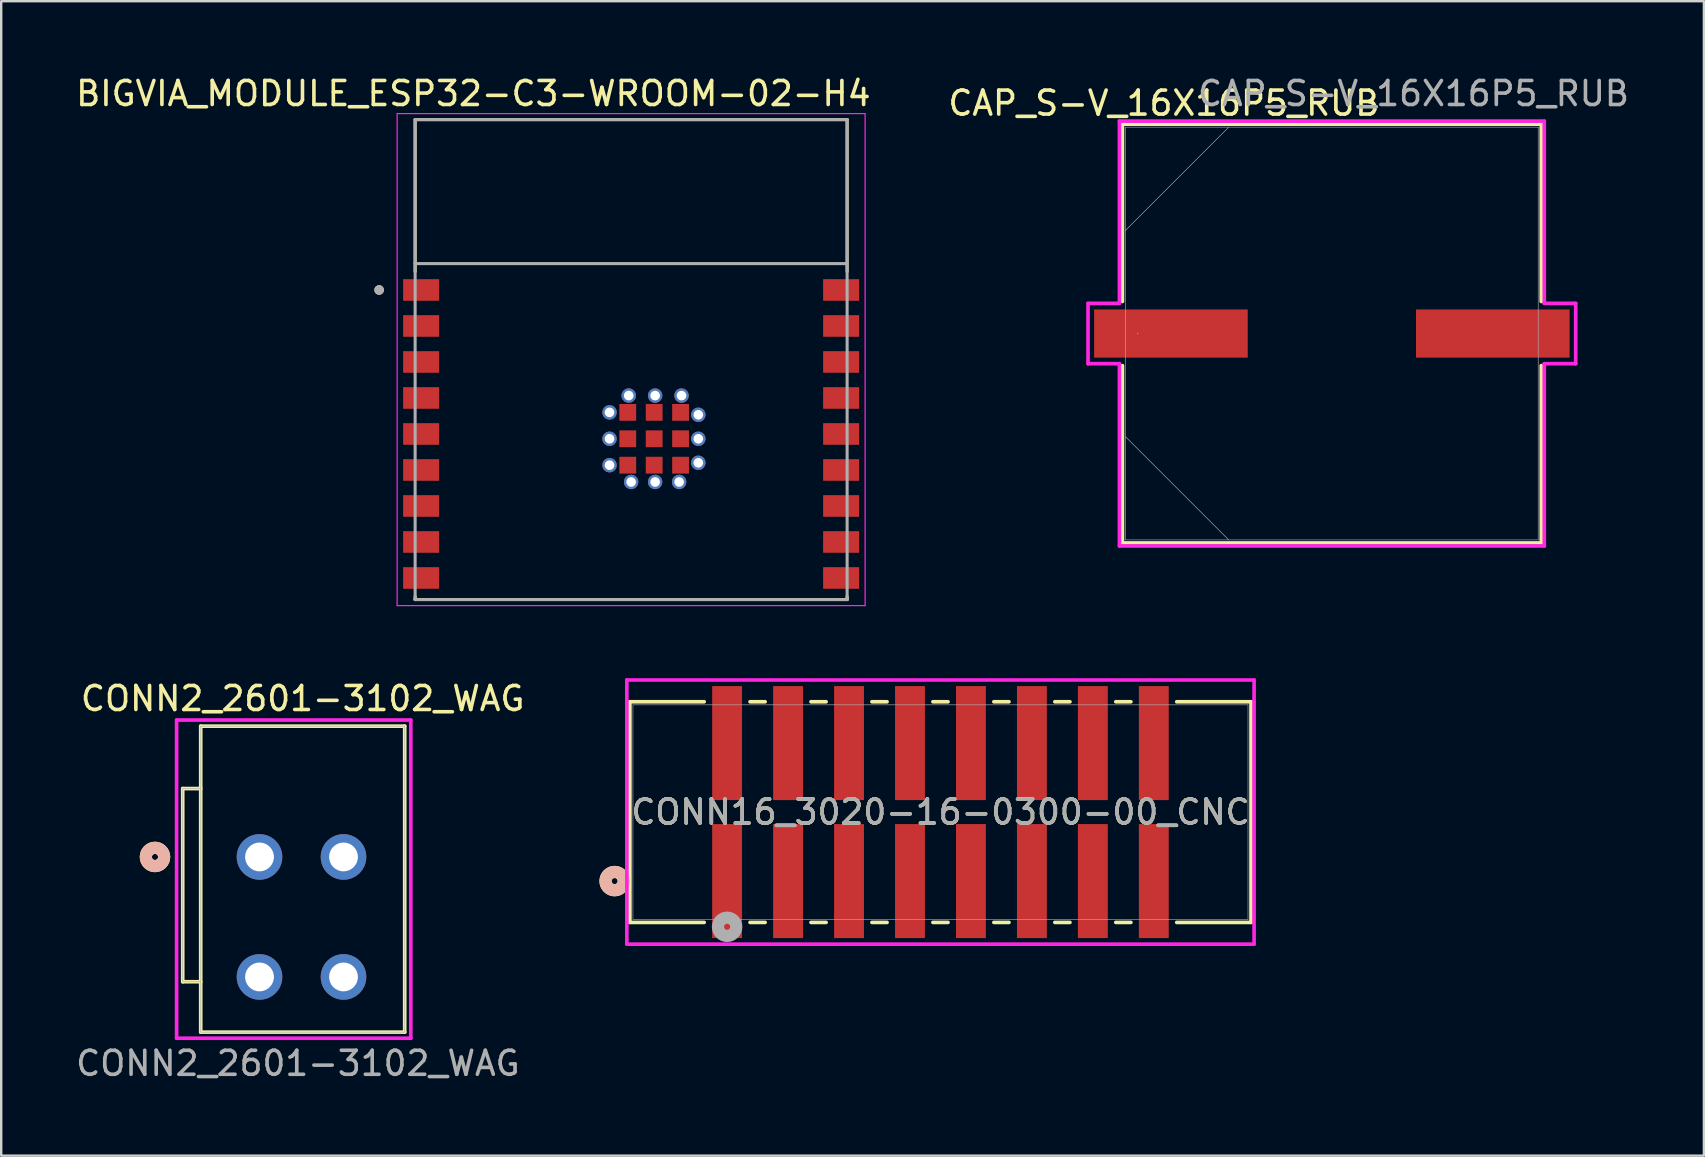
<source format=kicad_pcb>
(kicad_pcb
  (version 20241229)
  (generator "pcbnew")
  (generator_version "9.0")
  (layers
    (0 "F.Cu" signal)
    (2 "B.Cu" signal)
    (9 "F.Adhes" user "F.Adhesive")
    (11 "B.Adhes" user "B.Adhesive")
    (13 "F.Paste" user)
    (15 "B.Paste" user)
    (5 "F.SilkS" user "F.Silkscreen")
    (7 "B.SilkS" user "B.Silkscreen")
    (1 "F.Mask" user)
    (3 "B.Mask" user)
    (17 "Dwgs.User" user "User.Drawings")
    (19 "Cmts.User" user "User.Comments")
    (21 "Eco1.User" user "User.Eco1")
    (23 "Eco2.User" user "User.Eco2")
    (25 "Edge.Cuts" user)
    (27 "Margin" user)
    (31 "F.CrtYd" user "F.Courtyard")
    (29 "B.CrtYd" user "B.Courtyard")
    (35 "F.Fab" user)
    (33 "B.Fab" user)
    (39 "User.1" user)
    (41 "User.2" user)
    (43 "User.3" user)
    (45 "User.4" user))
  (footprint "CONN2_2601-3102_WAG"
    (layer "F.Cu")
    (at 7.763 32.657)
    (property "Reference" "CONN2_2601-3102_WAG" (at 1.8 -6.6 0) (unlocked yes) (layer "F.SilkS") (effects (font (size 1 1) (thickness 0.15))))
    (attr through_hole)
    (fp_line (start -3.2 5.2) (end -3.2 -2.85) (stroke (width 0.152) (type solid)) (layer "F.SilkS"))
    (fp_line (start -2.45 -5.45) (end 6.05 -5.45) (stroke (width 0.152) (type solid)) (layer "F.SilkS"))
    (fp_line (start -2.45 7.3) (end -2.45 -5.45) (stroke (width 0.152) (type solid)) (layer "F.SilkS"))
    (fp_line (start -2.45 7.3) (end 6.05 7.3) (stroke (width 0.152) (type solid)) (layer "F.SilkS"))
    (fp_line (start -2.45 -2.85) (end -3.2 -2.85) (stroke (width 0.152) (type solid)) (layer "F.SilkS"))
    (fp_line (start -2.45 5.2) (end -3.2 5.2) (stroke (width 0.152) (type solid)) (layer "F.SilkS"))
    (fp_line (start 6.05 -5.45) (end 6.05 7.3) (stroke (width 0.152) (type solid)) (layer "F.SilkS"))
    (fp_circle (center -4.355 0) (end -3.974 0) (stroke (width 0.508) (type solid)) (fill no) (layer "F.SilkS"))
    (fp_circle (center -4.355 0) (end -3.974 0) (stroke (width 0.508) (type solid)) (fill no) (layer "B.SilkS"))
    (fp_line (start -3.454 -5.704) (end -3.454 7.554) (stroke (width 0.152) (type solid)) (layer "F.CrtYd"))
    (fp_line (start -3.454 7.554) (end 6.304 7.554) (stroke (width 0.152) (type solid)) (layer "F.CrtYd"))
    (fp_line (start 6.304 -5.704) (end -3.454 -5.704) (stroke (width 0.152) (type solid)) (layer "F.CrtYd"))
    (fp_line (start 6.304 7.554) (end 6.304 -5.704) (stroke (width 0.152) (type solid)) (layer "F.CrtYd"))
    (fp_line (start -3.2 5.2) (end -3.2 -2.85) (stroke (width 0.025) (type solid)) (layer "F.Fab"))
    (fp_line (start -2.45 -5.45) (end 6.05 -5.45) (stroke (width 0.025) (type solid)) (layer "F.Fab"))
    (fp_line (start -2.45 7.3) (end -2.45 -5.45) (stroke (width 0.025) (type solid)) (layer "F.Fab"))
    (fp_line (start -2.45 7.3) (end 6.05 7.3) (stroke (width 0.025) (type solid)) (layer "F.Fab"))
    (fp_line (start -2.45 -2.85) (end -3.2 -2.85) (stroke (width 0.025) (type solid)) (layer "F.Fab"))
    (fp_line (start -2.45 5.2) (end -3.2 5.2) (stroke (width 0.025) (type solid)) (layer "F.Fab"))
    (fp_line (start 6.05 -5.45) (end 6.05 7.3) (stroke (width 0.025) (type solid)) (layer "F.Fab"))
    (fp_text user "${REFERENCE}" (at 1.6 8.6 0) (unlocked yes) (layer "F.Fab") (effects (font (size 1 1) (thickness 0.15))))
    (pad "1" thru_hole circle (at 0 0) (size 1.9 1.9) (drill 1.2) (layers "*.Cu" "*.Mask"))
    (pad "2" thru_hole circle (at 0 5) (size 1.9 1.9) (drill 1.2) (layers "*.Cu" "*.Mask"))
    (pad "3" thru_hole circle (at 3.5 0) (size 1.9 1.9) (drill 1.2) (layers "*.Cu" "*.Mask"))
    (pad "4" thru_hole circle (at 3.5 5) (size 1.9 1.9) (drill 1.2) (layers "*.Cu" "*.Mask")))
  (footprint "BIGVIA_MODULE_ESP32-C3-WROOM-02-H4"
    (layer "F.Cu")
    (at 23.248 11.933)
    (property "Reference" "BIGVIA_MODULE_ESP32-C3-WROOM-02-H4" (at -6.575 -11.085 0) (layer "F.SilkS") (effects (font (size 1 1) (thickness 0.15))))
    (attr smd)
    (fp_line (start -9 -10) (end -9 -3.67) (stroke (width 0.127) (type solid)) (layer "F.SilkS"))
    (fp_line (start -9 10) (end -9 9.87) (stroke (width 0.127) (type solid)) (layer "F.SilkS"))
    (fp_line (start -9 10) (end 9 10) (stroke (width 0.127) (type solid)) (layer "F.SilkS"))
    (fp_line (start 9 -10) (end -9 -10) (stroke (width 0.127) (type solid)) (layer "F.SilkS"))
    (fp_line (start 9 -3.67) (end 9 -10) (stroke (width 0.127) (type solid)) (layer "F.SilkS"))
    (fp_line (start 9 10) (end 9 9.87) (stroke (width 0.127) (type solid)) (layer "F.SilkS"))
    (fp_circle (center -10.5 -2.9) (end -10.4 -2.9) (stroke (width 0.2) (type solid)) (fill no) (layer "F.SilkS"))
    (fp_line (start -9.75 -10.25) (end -9.75 10.25) (stroke (width 0.05) (type solid)) (layer "F.CrtYd"))
    (fp_line (start -9.75 10.25) (end 9.75 10.25) (stroke (width 0.05) (type solid)) (layer "F.CrtYd"))
    (fp_line (start 9.75 -10.25) (end -9.75 -10.25) (stroke (width 0.05) (type solid)) (layer "F.CrtYd"))
    (fp_line (start 9.75 10.25) (end 9.75 -10.25) (stroke (width 0.05) (type solid)) (layer "F.CrtYd"))
    (fp_line (start -9 -10) (end -9 -4) (stroke (width 0.127) (type solid)) (layer "F.Fab"))
    (fp_line (start -9 -4) (end -9 10) (stroke (width 0.127) (type solid)) (layer "F.Fab"))
    (fp_line (start -9 10) (end 9 10) (stroke (width 0.127) (type solid)) (layer "F.Fab"))
    (fp_line (start 9 -10) (end -9 -10) (stroke (width 0.127) (type solid)) (layer "F.Fab"))
    (fp_line (start 9 -4) (end -9 -4) (stroke (width 0.127) (type solid)) (layer "F.Fab"))
    (fp_line (start 9 -4) (end 9 -10) (stroke (width 0.127) (type solid)) (layer "F.Fab"))
    (fp_line (start 9 10) (end 9 -4) (stroke (width 0.127) (type solid)) (layer "F.Fab"))
    (fp_circle (center -10.5 -2.9) (end -10.4 -2.9) (stroke (width 0.2) (type solid)) (fill no) (layer "F.Fab"))
    (pad "1" smd rect (at -8.75 -2.9) (size 1.5 0.9) (layers "F.Cu" "F.Mask" "F.Paste"))
    (pad "2" smd rect (at -8.75 -1.4) (size 1.5 0.9) (layers "F.Cu" "F.Mask" "F.Paste"))
    (pad "3" smd rect (at -8.75 0.1) (size 1.5 0.9) (layers "F.Cu" "F.Mask" "F.Paste"))
    (pad "4" smd rect (at -8.75 1.6) (size 1.5 0.9) (layers "F.Cu" "F.Mask" "F.Paste"))
    (pad "5" smd rect (at -8.75 3.1) (size 1.5 0.9) (layers "F.Cu" "F.Mask" "F.Paste"))
    (pad "6" smd rect (at -8.75 4.6) (size 1.5 0.9) (layers "F.Cu" "F.Mask" "F.Paste"))
    (pad "7" smd rect (at -8.75 6.1) (size 1.5 0.9) (layers "F.Cu" "F.Mask" "F.Paste"))
    (pad "8" smd rect (at -8.75 7.6) (size 1.5 0.9) (layers "F.Cu" "F.Mask" "F.Paste"))
    (pad "9" smd rect (at -8.75 9.1) (size 1.5 0.9) (layers "F.Cu" "F.Mask" "F.Paste"))
    (pad "10" smd rect (at 8.75 9.1) (size 1.5 0.9) (layers "F.Cu" "F.Mask" "F.Paste"))
    (pad "11" smd rect (at 8.75 7.6) (size 1.5 0.9) (layers "F.Cu" "F.Mask" "F.Paste"))
    (pad "12" smd rect (at 8.75 6.1) (size 1.5 0.9) (layers "F.Cu" "F.Mask" "F.Paste"))
    (pad "13" smd rect (at 8.75 4.6) (size 1.5 0.9) (layers "F.Cu" "F.Mask" "F.Paste"))
    (pad "14" smd rect (at 8.75 3.1) (size 1.5 0.9) (layers "F.Cu" "F.Mask" "F.Paste"))
    (pad "15" smd rect (at 8.75 1.6) (size 1.5 0.9) (layers "F.Cu" "F.Mask" "F.Paste"))
    (pad "16" smd rect (at 8.75 0.1) (size 1.5 0.9) (layers "F.Cu" "F.Mask" "F.Paste"))
    (pad "17" smd rect (at 8.75 -1.4) (size 1.5 0.9) (layers "F.Cu" "F.Mask" "F.Paste"))
    (pad "18" smd rect (at 8.75 -2.9) (size 1.5 0.9) (layers "F.Cu" "F.Mask" "F.Paste"))
    (pad "19" smd rect (at -0.14 2.2) (size 0.7 0.7) (layers "F.Cu" "F.Mask" "F.Paste"))
    (pad "20" smd rect (at 0.96 2.2) (size 0.7 0.7) (layers "F.Cu" "F.Mask" "F.Paste"))
    (pad "21" smd rect (at 2.06 2.2) (size 0.7 0.7) (layers "F.Cu" "F.Mask" "F.Paste"))
    (pad "22" smd rect (at -0.14 3.3) (size 0.7 0.7) (layers "F.Cu" "F.Mask" "F.Paste"))
    (pad "23" smd rect (at 0.96 3.3) (size 0.7 0.7) (layers "F.Cu" "F.Mask" "F.Paste"))
    (pad "24" smd rect (at 2.06 3.3) (size 0.7 0.7) (layers "F.Cu" "F.Mask" "F.Paste"))
    (pad "25" smd rect (at -0.14 4.4) (size 0.7 0.7) (layers "F.Cu" "F.Mask" "F.Paste"))
    (pad "26" smd rect (at 0.96 4.4) (size 0.7 0.7) (layers "F.Cu" "F.Mask" "F.Paste"))
    (pad "27" smd rect (at 2.06 4.4) (size 0.7 0.7) (layers "F.Cu" "F.Mask" "F.Paste"))
    (pad "28" thru_hole circle (at 1 1.5) (size 0.6 0.6) (drill 0.4) (layers "*.Cu"))
    (pad "29" thru_hole circle (at 2.1 1.5) (size 0.6 0.6) (drill 0.4) (layers "*.Cu"))
    (pad "30" thru_hole circle (at -0.1 1.5) (size 0.6 0.6) (drill 0.4) (layers "*.Cu"))
    (pad "31" thru_hole circle (at -0.9 2.2) (size 0.6 0.6) (drill 0.4) (layers "*.Cu"))
    (pad "32" thru_hole circle (at 2.8 2.3) (size 0.6 0.6) (drill 0.4) (layers "*.Cu"))
    (pad "33" thru_hole circle (at -0.9 3.3) (size 0.6 0.6) (drill 0.4) (layers "*.Cu"))
    (pad "34" thru_hole circle (at 2.8 3.3) (size 0.6 0.6) (drill 0.4) (layers "*.Cu"))
    (pad "35" thru_hole circle (at -0.9 4.4) (size 0.6 0.6) (drill 0.4) (layers "*.Cu"))
    (pad "36" thru_hole circle (at 1 5.1) (size 0.6 0.6) (drill 0.4) (layers "*.Cu"))
    (pad "37" thru_hole circle (at 2.8 4.3) (size 0.6 0.6) (drill 0.4) (layers "*.Cu"))
    (pad "38" thru_hole circle (at 0 5.1) (size 0.6 0.6) (drill 0.4) (layers "*.Cu"))
    (pad "39" thru_hole circle (at 2 5.1) (size 0.6 0.6) (drill 0.4) (layers "*.Cu"))
    (zone (net_name "") (layer "F.Cu") (hatch full 0.508) (connect_pads) (min_thickness 0.01) (filled_areas_thickness no) (keepout (tracks not_allowed) (vias not_allowed) (pads not_allowed) (copperpour not_allowed) (footprints allowed)) (placement (enabled no)) (fill) (polygon (pts (xy 14.248 1.933) (xy 32.248 1.933) (xy 32.248 7.933) (xy 14.248 7.933))))
    (zone (net_name "") (layers "F.Cu" "B.Cu") (hatch full 0.508) (connect_pads) (min_thickness 0.01) (filled_areas_thickness no) (keepout (tracks allowed) (vias not_allowed) (pads allowed) (copperpour allowed) (footprints allowed)) (placement (enabled no)) (fill) (polygon (pts (xy 14.248 1.933) (xy 32.248 1.933) (xy 32.248 7.933) (xy 14.248 7.933))))
    (zone (net_name "") (layer "B.Cu") (hatch full 0.508) (connect_pads) (min_thickness 0.01) (filled_areas_thickness no) (keepout (tracks not_allowed) (vias not_allowed) (pads not_allowed) (copperpour not_allowed) (footprints allowed)) (placement (enabled no)) (fill) (polygon (pts (xy 14.248 1.933) (xy 32.248 1.933) (xy 32.248 7.933) (xy 14.248 7.933)))))
  (footprint "CONN16_3020-16-0300-00_CNC"
    (layer "F.Cu")
    (at 36.137 30.788)
    (property "Reference" "CONN16_3020-16-0300-00_CNC" (at 0 0 0) (unlocked yes) (layer "F.SilkS") (effects (font (size 1 1) (thickness 0.15))))
    (attr smd)
    (fp_line (start -12.941 -4.597) (end -12.941 4.597) (stroke (width 0.152) (type solid)) (layer "F.SilkS"))
    (fp_line (start -12.941 4.597) (end -9.845 4.597) (stroke (width 0.152) (type solid)) (layer "F.SilkS"))
    (fp_line (start -9.845 -4.597) (end -12.941 -4.597) (stroke (width 0.152) (type solid)) (layer "F.SilkS"))
    (fp_line (start -7.935 4.597) (end -7.305 4.597) (stroke (width 0.152) (type solid)) (layer "F.SilkS"))
    (fp_line (start -7.305 -4.597) (end -7.935 -4.597) (stroke (width 0.152) (type solid)) (layer "F.SilkS"))
    (fp_line (start -5.395 4.597) (end -4.765 4.597) (stroke (width 0.152) (type solid)) (layer "F.SilkS"))
    (fp_line (start -4.765 -4.597) (end -5.395 -4.597) (stroke (width 0.152) (type solid)) (layer "F.SilkS"))
    (fp_line (start -2.855 4.597) (end -2.225 4.597) (stroke (width 0.152) (type solid)) (layer "F.SilkS"))
    (fp_line (start -2.225 -4.597) (end -2.855 -4.597) (stroke (width 0.152) (type solid)) (layer "F.SilkS"))
    (fp_line (start -0.315 4.597) (end 0.315 4.597) (stroke (width 0.152) (type solid)) (layer "F.SilkS"))
    (fp_line (start 0.315 -4.597) (end -0.315 -4.597) (stroke (width 0.152) (type solid)) (layer "F.SilkS"))
    (fp_line (start 2.225 4.597) (end 2.855 4.597) (stroke (width 0.152) (type solid)) (layer "F.SilkS"))
    (fp_line (start 2.855 -4.597) (end 2.225 -4.597) (stroke (width 0.152) (type solid)) (layer "F.SilkS"))
    (fp_line (start 4.765 4.597) (end 5.395 4.597) (stroke (width 0.152) (type solid)) (layer "F.SilkS"))
    (fp_line (start 5.395 -4.597) (end 4.765 -4.597) (stroke (width 0.152) (type solid)) (layer "F.SilkS"))
    (fp_line (start 7.305 4.597) (end 7.935 4.597) (stroke (width 0.152) (type solid)) (layer "F.SilkS"))
    (fp_line (start 7.935 -4.597) (end 7.305 -4.597) (stroke (width 0.152) (type solid)) (layer "F.SilkS"))
    (fp_line (start 9.845 4.597) (end 12.941 4.597) (stroke (width 0.152) (type solid)) (layer "F.SilkS"))
    (fp_line (start 12.941 -4.597) (end 9.845 -4.597) (stroke (width 0.152) (type solid)) (layer "F.SilkS"))
    (fp_line (start 12.941 4.597) (end 12.941 -4.597) (stroke (width 0.152) (type solid)) (layer "F.SilkS"))
    (fp_circle (center -13.576 2.875) (end -13.195 2.875) (stroke (width 0.508) (type solid)) (fill no) (layer "F.SilkS"))
    (fp_circle (center -13.576 2.875) (end -13.195 2.875) (stroke (width 0.508) (type solid)) (fill no) (layer "B.SilkS"))
    (fp_line (start -13.068 -5.504) (end -13.068 5.504) (stroke (width 0.152) (type solid)) (layer "F.CrtYd"))
    (fp_line (start -13.068 5.504) (end 13.068 5.504) (stroke (width 0.152) (type solid)) (layer "F.CrtYd"))
    (fp_line (start 13.068 -5.504) (end -13.068 -5.504) (stroke (width 0.152) (type solid)) (layer "F.CrtYd"))
    (fp_line (start 13.068 5.504) (end 13.068 -5.504) (stroke (width 0.152) (type solid)) (layer "F.CrtYd"))
    (fp_line (start -12.814 -4.47) (end -12.814 4.47) (stroke (width 0.025) (type solid)) (layer "F.Fab"))
    (fp_line (start -12.814 4.47) (end 12.814 4.47) (stroke (width 0.025) (type solid)) (layer "F.Fab"))
    (fp_line (start 12.814 -4.47) (end -12.814 -4.47) (stroke (width 0.025) (type solid)) (layer "F.Fab"))
    (fp_line (start 12.814 4.47) (end 12.814 -4.47) (stroke (width 0.025) (type solid)) (layer "F.Fab"))
    (fp_circle (center -8.89 4.78) (end -8.509 4.78) (stroke (width 0.508) (type solid)) (fill no) (layer "F.Fab"))
    (fp_text user "${REFERENCE}" (at 0 0 0) (unlocked yes) (layer "F.Fab") (effects (font (size 1 1) (thickness 0.15))))
    (pad "1" smd rect (at -8.89 2.875) (size 1.245 4.75) (layers "F.Cu" "F.Mask" "F.Paste"))
    (pad "2" smd rect (at -8.89 -2.875) (size 1.245 4.75) (layers "F.Cu" "F.Mask" "F.Paste"))
    (pad "3" smd rect (at -6.35 2.875) (size 1.245 4.75) (layers "F.Cu" "F.Mask" "F.Paste"))
    (pad "4" smd rect (at -6.35 -2.875) (size 1.245 4.75) (layers "F.Cu" "F.Mask" "F.Paste"))
    (pad "5" smd rect (at -3.81 2.875) (size 1.245 4.75) (layers "F.Cu" "F.Mask" "F.Paste"))
    (pad "6" smd rect (at -3.81 -2.875) (size 1.245 4.75) (layers "F.Cu" "F.Mask" "F.Paste"))
    (pad "7" smd rect (at -1.27 2.875) (size 1.245 4.75) (layers "F.Cu" "F.Mask" "F.Paste"))
    (pad "8" smd rect (at -1.27 -2.875) (size 1.245 4.75) (layers "F.Cu" "F.Mask" "F.Paste"))
    (pad "9" smd rect (at 1.27 2.875) (size 1.245 4.75) (layers "F.Cu" "F.Mask" "F.Paste"))
    (pad "10" smd rect (at 1.27 -2.875) (size 1.245 4.75) (layers "F.Cu" "F.Mask" "F.Paste"))
    (pad "11" smd rect (at 3.81 2.875) (size 1.245 4.75) (layers "F.Cu" "F.Mask" "F.Paste"))
    (pad "12" smd rect (at 3.81 -2.875) (size 1.245 4.75) (layers "F.Cu" "F.Mask" "F.Paste"))
    (pad "13" smd rect (at 6.35 2.875) (size 1.245 4.75) (layers "F.Cu" "F.Mask" "F.Paste"))
    (pad "14" smd rect (at 6.35 -2.875) (size 1.245 4.75) (layers "F.Cu" "F.Mask" "F.Paste"))
    (pad "15" smd rect (at 8.89 2.875) (size 1.245 4.75) (layers "F.Cu" "F.Mask" "F.Paste"))
    (pad "16" smd rect (at 8.89 -2.875) (size 1.245 4.75) (layers "F.Cu" "F.Mask" "F.Paste")))
  (footprint "CAP_S-V_16X16P5_RUB"
    (layer "F.Cu")
    (at 52.446 10.848)
    (property "Reference" "CAP_S-V_16X16P5_RUB" (at -7 -9.6 0) (unlocked yes) (layer "F.SilkS") (effects (font (size 1 1) (thickness 0.15))))
    (attr smd)
    (fp_line (start -8.725 -8.725) (end -8.725 -1.336) (stroke (width 0.152) (type solid)) (layer "F.SilkS"))
    (fp_line (start -8.725 1.336) (end -8.725 8.725) (stroke (width 0.152) (type solid)) (layer "F.SilkS"))
    (fp_line (start -8.725 8.725) (end 8.725 8.725) (stroke (width 0.152) (type solid)) (layer "F.SilkS"))
    (fp_line (start 8.725 -8.725) (end -8.725 -8.725) (stroke (width 0.152) (type solid)) (layer "F.SilkS"))
    (fp_line (start 8.725 -1.336) (end 8.725 -8.725) (stroke (width 0.152) (type solid)) (layer "F.SilkS"))
    (fp_line (start 8.725 8.725) (end 8.725 1.336) (stroke (width 0.152) (type solid)) (layer "F.SilkS"))
    (fp_line (start -10.16 -1.257) (end -8.852 -1.257) (stroke (width 0.152) (type solid)) (layer "F.CrtYd"))
    (fp_line (start -10.16 1.257) (end -10.16 -1.257) (stroke (width 0.152) (type solid)) (layer "F.CrtYd"))
    (fp_line (start -8.852 -8.852) (end 8.852 -8.852) (stroke (width 0.152) (type solid)) (layer "F.CrtYd"))
    (fp_line (start -8.852 -1.257) (end -8.852 -8.852) (stroke (width 0.152) (type solid)) (layer "F.CrtYd"))
    (fp_line (start -8.852 1.257) (end -10.16 1.257) (stroke (width 0.152) (type solid)) (layer "F.CrtYd"))
    (fp_line (start -8.852 8.852) (end -8.852 1.257) (stroke (width 0.152) (type solid)) (layer "F.CrtYd"))
    (fp_line (start 8.852 -8.852) (end 8.852 -1.257) (stroke (width 0.152) (type solid)) (layer "F.CrtYd"))
    (fp_line (start 8.852 -1.257) (end 10.16 -1.257) (stroke (width 0.152) (type solid)) (layer "F.CrtYd"))
    (fp_line (start 8.852 1.257) (end 8.852 8.852) (stroke (width 0.152) (type solid)) (layer "F.CrtYd"))
    (fp_line (start 8.852 8.852) (end -8.852 8.852) (stroke (width 0.152) (type solid)) (layer "F.CrtYd"))
    (fp_line (start 10.16 -1.257) (end 10.16 1.257) (stroke (width 0.152) (type solid)) (layer "F.CrtYd"))
    (fp_line (start 10.16 1.257) (end 8.852 1.257) (stroke (width 0.152) (type solid)) (layer "F.CrtYd"))
    (fp_line (start -8.598 -8.598) (end -8.598 8.598) (stroke (width 0.025) (type solid)) (layer "F.Fab"))
    (fp_line (start -8.598 -4.299) (end -4.299 -8.598) (stroke (width 0.025) (type solid)) (layer "F.Fab"))
    (fp_line (start -8.598 4.299) (end -4.299 8.598) (stroke (width 0.025) (type solid)) (layer "F.Fab"))
    (fp_line (start -8.598 8.598) (end 8.598 8.598) (stroke (width 0.025) (type solid)) (layer "F.Fab"))
    (fp_line (start 8.598 -8.598) (end -8.598 -8.598) (stroke (width 0.025) (type solid)) (layer "F.Fab"))
    (fp_line (start 8.598 8.598) (end 8.598 -8.598) (stroke (width 0.025) (type solid)) (layer "F.Fab"))
    (fp_circle (center -8.09 0) (end -8.09 0) (stroke (width 0.025) (type solid)) (fill no) (layer "F.Fab"))
    (fp_text user "${REFERENCE}" (at 3.4 -10 0) (unlocked yes) (layer "F.Fab") (effects (font (size 1 1) (thickness 0.15))))
    (pad "1" smd rect (at -6.706 0) (size 6.401 2.007) (layers "F.Cu" "F.Mask" "F.Paste"))
    (pad "2" smd rect (at 6.706 0) (size 6.401 2.007) (layers "F.Cu" "F.Mask" "F.Paste"))
    (zone (net_name "") (layer "F.Cu") (hatch full 0.508) (connect_pads) (min_thickness 0.254) (filled_areas_thickness no) (keepout (tracks not_allowed) (vias not_allowed) (pads allowed) (copperpour not_allowed) (footprints allowed)) (placement (enabled no)) (fill) (polygon (pts (xy 43.899 2.301) (xy 60.994 2.301) (xy 60.994 9.794) (xy 43.899 9.794))))
    (zone (net_name "") (layer "F.Cu") (hatch full 0.508) (connect_pads) (min_thickness 0.254) (filled_areas_thickness no) (keepout (tracks not_allowed) (vias not_allowed) (pads allowed) (copperpour not_allowed) (footprints allowed)) (placement (enabled no)) (fill) (polygon (pts (xy 43.899 11.902) (xy 60.994 11.902) (xy 60.994 19.395) (xy 43.899 19.395))))
    (zone (net_name "") (layer "F.Cu") (hatch full 0.508) (connect_pads) (min_thickness 0.254) (filled_areas_thickness no) (keepout (tracks not_allowed) (vias not_allowed) (pads allowed) (copperpour not_allowed) (footprints allowed)) (placement (enabled no)) (fill) (polygon (pts (xy 48.992 9.794) (xy 55.901 9.794) (xy 55.901 11.902) (xy 48.992 11.902)))))
  (gr_rect
    (start -3 -3)
    (end 67.948 45.105)
    (stroke (width 0.1) (type default))
    (fill no)
    (layer "Edge.Cuts")))
</source>
